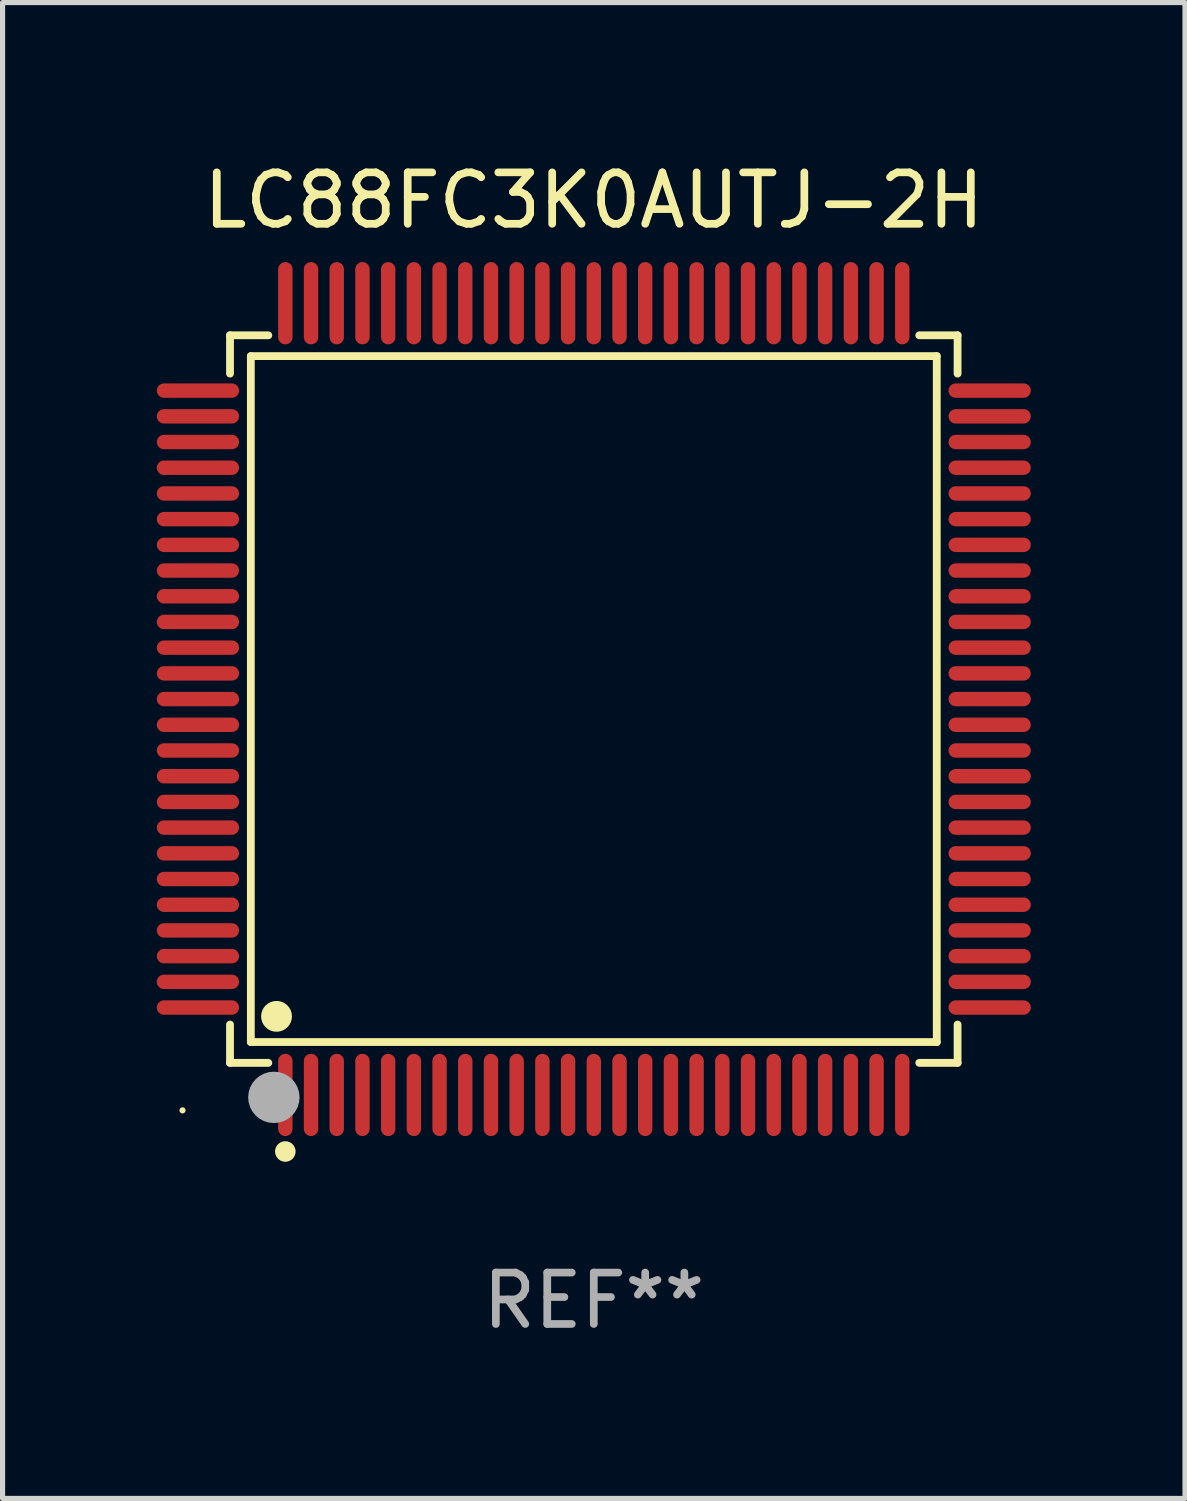
<source format=kicad_pcb>
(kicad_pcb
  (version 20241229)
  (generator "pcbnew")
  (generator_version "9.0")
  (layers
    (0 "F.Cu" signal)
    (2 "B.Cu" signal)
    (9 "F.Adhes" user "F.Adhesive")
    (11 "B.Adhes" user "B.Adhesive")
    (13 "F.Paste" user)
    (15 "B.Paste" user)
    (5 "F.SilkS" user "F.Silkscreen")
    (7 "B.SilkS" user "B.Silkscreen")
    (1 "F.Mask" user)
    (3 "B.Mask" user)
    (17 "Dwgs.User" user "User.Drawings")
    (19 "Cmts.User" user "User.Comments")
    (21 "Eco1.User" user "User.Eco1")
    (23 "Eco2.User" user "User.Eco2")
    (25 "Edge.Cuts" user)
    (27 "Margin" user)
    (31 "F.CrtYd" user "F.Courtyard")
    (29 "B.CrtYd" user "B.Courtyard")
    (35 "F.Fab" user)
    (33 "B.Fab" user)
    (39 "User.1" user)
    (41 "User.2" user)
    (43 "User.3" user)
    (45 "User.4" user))
  (footprint "LC88FC3K0AUTJ-2H"
    (layer "F.Cu")
    (at 8.5 10.548)
    (property "Reference" "LC88FC3K0AUTJ-2H" (at 0 -9.7 0) (layer "F.SilkS") (effects (font (size 1 1) (thickness 0.15))))
    (attr through_hole)
    (fp_line (start -7.076 -7.076) (end -6.331 -7.076) (stroke (width 0.152) (type solid)) (layer "F.SilkS"))
    (fp_line (start -7.076 -6.331) (end -7.076 -7.076) (stroke (width 0.152) (type solid)) (layer "F.SilkS"))
    (fp_line (start -7.076 6.331) (end -7.076 7.076) (stroke (width 0.152) (type solid)) (layer "F.SilkS"))
    (fp_line (start -7.076 7.076) (end -6.331 7.076) (stroke (width 0.152) (type solid)) (layer "F.SilkS"))
    (fp_line (start -6.671 -6.671) (end 6.671 -6.671) (stroke (width 0.152) (type solid)) (layer "F.SilkS"))
    (fp_line (start -6.671 6.671) (end -6.671 -6.671) (stroke (width 0.152) (type solid)) (layer "F.SilkS"))
    (fp_line (start 6.671 -6.671) (end 6.671 6.671) (stroke (width 0.152) (type solid)) (layer "F.SilkS"))
    (fp_line (start 6.671 6.671) (end -6.671 6.671) (stroke (width 0.152) (type solid)) (layer "F.SilkS"))
    (fp_line (start 7.076 -7.076) (end 6.331 -7.076) (stroke (width 0.152) (type solid)) (layer "F.SilkS"))
    (fp_line (start 7.076 -6.331) (end 7.076 -7.076) (stroke (width 0.152) (type solid)) (layer "F.SilkS"))
    (fp_line (start 7.076 6.331) (end 7.076 7.076) (stroke (width 0.152) (type solid)) (layer "F.SilkS"))
    (fp_line (start 7.076 7.076) (end 6.331 7.076) (stroke (width 0.152) (type solid)) (layer "F.SilkS"))
    (fp_circle (center -8 8) (end -7.97 8) (stroke (width 0.06) (type solid)) (fill no) (layer "F.SilkS"))
    (fp_circle (center -6.171 6.171) (end -6.021 6.171) (stroke (width 0.3) (type solid)) (fill no) (layer "F.SilkS"))
    (fp_circle (center -6 8.8) (end -5.9 8.8) (stroke (width 0.2) (type solid)) (fill no) (layer "F.SilkS"))
    (fp_circle (center -6.223 7.747) (end -5.973 7.747) (stroke (width 0.5) (type solid)) (fill no) (layer "F.Fab"))
    (fp_text user "REF**" (at 0 11.7 0) (layer "F.Fab") (effects (font (size 1 1) (thickness 0.15))))
    (pad "1" smd oval (at -6 7.7) (size 0.28 1.6) (layers "F.Cu" "F.Mask" "F.Paste"))
    (pad "2" smd oval (at -5.5 7.7) (size 0.28 1.6) (layers "F.Cu" "F.Mask" "F.Paste"))
    (pad "3" smd oval (at -5 7.7) (size 0.28 1.6) (layers "F.Cu" "F.Mask" "F.Paste"))
    (pad "4" smd oval (at -4.5 7.7) (size 0.28 1.6) (layers "F.Cu" "F.Mask" "F.Paste"))
    (pad "5" smd oval (at -4 7.7) (size 0.28 1.6) (layers "F.Cu" "F.Mask" "F.Paste"))
    (pad "6" smd oval (at -3.5 7.7) (size 0.28 1.6) (layers "F.Cu" "F.Mask" "F.Paste"))
    (pad "7" smd oval (at -3 7.7) (size 0.28 1.6) (layers "F.Cu" "F.Mask" "F.Paste"))
    (pad "8" smd oval (at -2.5 7.7) (size 0.28 1.6) (layers "F.Cu" "F.Mask" "F.Paste"))
    (pad "9" smd oval (at -2 7.7) (size 0.28 1.6) (layers "F.Cu" "F.Mask" "F.Paste"))
    (pad "10" smd oval (at -1.5 7.7) (size 0.28 1.6) (layers "F.Cu" "F.Mask" "F.Paste"))
    (pad "11" smd oval (at -1 7.7) (size 0.28 1.6) (layers "F.Cu" "F.Mask" "F.Paste"))
    (pad "12" smd oval (at -0.5 7.7) (size 0.28 1.6) (layers "F.Cu" "F.Mask" "F.Paste"))
    (pad "13" smd oval (at 0 7.7) (size 0.28 1.6) (layers "F.Cu" "F.Mask" "F.Paste"))
    (pad "14" smd oval (at 0.5 7.7) (size 0.28 1.6) (layers "F.Cu" "F.Mask" "F.Paste"))
    (pad "15" smd oval (at 1 7.7) (size 0.28 1.6) (layers "F.Cu" "F.Mask" "F.Paste"))
    (pad "16" smd oval (at 1.5 7.7) (size 0.28 1.6) (layers "F.Cu" "F.Mask" "F.Paste"))
    (pad "17" smd oval (at 2 7.7) (size 0.28 1.6) (layers "F.Cu" "F.Mask" "F.Paste"))
    (pad "18" smd oval (at 2.5 7.7) (size 0.28 1.6) (layers "F.Cu" "F.Mask" "F.Paste"))
    (pad "19" smd oval (at 3 7.7) (size 0.28 1.6) (layers "F.Cu" "F.Mask" "F.Paste"))
    (pad "20" smd oval (at 3.5 7.7) (size 0.28 1.6) (layers "F.Cu" "F.Mask" "F.Paste"))
    (pad "21" smd oval (at 4 7.7) (size 0.28 1.6) (layers "F.Cu" "F.Mask" "F.Paste"))
    (pad "22" smd oval (at 4.5 7.7) (size 0.28 1.6) (layers "F.Cu" "F.Mask" "F.Paste"))
    (pad "23" smd oval (at 5 7.7) (size 0.28 1.6) (layers "F.Cu" "F.Mask" "F.Paste"))
    (pad "24" smd oval (at 5.5 7.7) (size 0.28 1.6) (layers "F.Cu" "F.Mask" "F.Paste"))
    (pad "25" smd oval (at 6 7.7) (size 0.28 1.6) (layers "F.Cu" "F.Mask" "F.Paste"))
    (pad "26" smd oval (at 7.7 6) (size 1.6 0.28) (layers "F.Cu" "F.Mask" "F.Paste"))
    (pad "27" smd oval (at 7.7 5.5) (size 1.6 0.28) (layers "F.Cu" "F.Mask" "F.Paste"))
    (pad "28" smd oval (at 7.7 5) (size 1.6 0.28) (layers "F.Cu" "F.Mask" "F.Paste"))
    (pad "29" smd oval (at 7.7 4.5) (size 1.6 0.28) (layers "F.Cu" "F.Mask" "F.Paste"))
    (pad "30" smd oval (at 7.7 4) (size 1.6 0.28) (layers "F.Cu" "F.Mask" "F.Paste"))
    (pad "31" smd oval (at 7.7 3.5) (size 1.6 0.28) (layers "F.Cu" "F.Mask" "F.Paste"))
    (pad "32" smd oval (at 7.7 3) (size 1.6 0.28) (layers "F.Cu" "F.Mask" "F.Paste"))
    (pad "33" smd oval (at 7.7 2.5) (size 1.6 0.28) (layers "F.Cu" "F.Mask" "F.Paste"))
    (pad "34" smd oval (at 7.7 2) (size 1.6 0.28) (layers "F.Cu" "F.Mask" "F.Paste"))
    (pad "35" smd oval (at 7.7 1.5) (size 1.6 0.28) (layers "F.Cu" "F.Mask" "F.Paste"))
    (pad "36" smd oval (at 7.7 1) (size 1.6 0.28) (layers "F.Cu" "F.Mask" "F.Paste"))
    (pad "37" smd oval (at 7.7 0.5) (size 1.6 0.28) (layers "F.Cu" "F.Mask" "F.Paste"))
    (pad "38" smd oval (at 7.7 0) (size 1.6 0.28) (layers "F.Cu" "F.Mask" "F.Paste"))
    (pad "39" smd oval (at 7.7 -0.5) (size 1.6 0.28) (layers "F.Cu" "F.Mask" "F.Paste"))
    (pad "40" smd oval (at 7.7 -1) (size 1.6 0.28) (layers "F.Cu" "F.Mask" "F.Paste"))
    (pad "41" smd oval (at 7.7 -1.5) (size 1.6 0.28) (layers "F.Cu" "F.Mask" "F.Paste"))
    (pad "42" smd oval (at 7.7 -2) (size 1.6 0.28) (layers "F.Cu" "F.Mask" "F.Paste"))
    (pad "43" smd oval (at 7.7 -2.5) (size 1.6 0.28) (layers "F.Cu" "F.Mask" "F.Paste"))
    (pad "44" smd oval (at 7.7 -3) (size 1.6 0.28) (layers "F.Cu" "F.Mask" "F.Paste"))
    (pad "45" smd oval (at 7.7 -3.5) (size 1.6 0.28) (layers "F.Cu" "F.Mask" "F.Paste"))
    (pad "46" smd oval (at 7.7 -4) (size 1.6 0.28) (layers "F.Cu" "F.Mask" "F.Paste"))
    (pad "47" smd oval (at 7.7 -4.5) (size 1.6 0.28) (layers "F.Cu" "F.Mask" "F.Paste"))
    (pad "48" smd oval (at 7.7 -5) (size 1.6 0.28) (layers "F.Cu" "F.Mask" "F.Paste"))
    (pad "49" smd oval (at 7.7 -5.5) (size 1.6 0.28) (layers "F.Cu" "F.Mask" "F.Paste"))
    (pad "50" smd oval (at 7.7 -6) (size 1.6 0.28) (layers "F.Cu" "F.Mask" "F.Paste"))
    (pad "51" smd oval (at 6 -7.7) (size 0.28 1.6) (layers "F.Cu" "F.Mask" "F.Paste"))
    (pad "52" smd oval (at 5.5 -7.7) (size 0.28 1.6) (layers "F.Cu" "F.Mask" "F.Paste"))
    (pad "53" smd oval (at 5 -7.7) (size 0.28 1.6) (layers "F.Cu" "F.Mask" "F.Paste"))
    (pad "54" smd oval (at 4.5 -7.7) (size 0.28 1.6) (layers "F.Cu" "F.Mask" "F.Paste"))
    (pad "55" smd oval (at 4 -7.7) (size 0.28 1.6) (layers "F.Cu" "F.Mask" "F.Paste"))
    (pad "56" smd oval (at 3.5 -7.7) (size 0.28 1.6) (layers "F.Cu" "F.Mask" "F.Paste"))
    (pad "57" smd oval (at 3 -7.7) (size 0.28 1.6) (layers "F.Cu" "F.Mask" "F.Paste"))
    (pad "58" smd oval (at 2.5 -7.7) (size 0.28 1.6) (layers "F.Cu" "F.Mask" "F.Paste"))
    (pad "59" smd oval (at 2 -7.7) (size 0.28 1.6) (layers "F.Cu" "F.Mask" "F.Paste"))
    (pad "60" smd oval (at 1.5 -7.7) (size 0.28 1.6) (layers "F.Cu" "F.Mask" "F.Paste"))
    (pad "61" smd oval (at 1 -7.7) (size 0.28 1.6) (layers "F.Cu" "F.Mask" "F.Paste"))
    (pad "62" smd oval (at 0.5 -7.7) (size 0.28 1.6) (layers "F.Cu" "F.Mask" "F.Paste"))
    (pad "63" smd oval (at 0 -7.7) (size 0.28 1.6) (layers "F.Cu" "F.Mask" "F.Paste"))
    (pad "64" smd oval (at -0.5 -7.7) (size 0.28 1.6) (layers "F.Cu" "F.Mask" "F.Paste"))
    (pad "65" smd oval (at -1 -7.7) (size 0.28 1.6) (layers "F.Cu" "F.Mask" "F.Paste"))
    (pad "66" smd oval (at -1.5 -7.7) (size 0.28 1.6) (layers "F.Cu" "F.Mask" "F.Paste"))
    (pad "67" smd oval (at -2 -7.7) (size 0.28 1.6) (layers "F.Cu" "F.Mask" "F.Paste"))
    (pad "68" smd oval (at -2.5 -7.7) (size 0.28 1.6) (layers "F.Cu" "F.Mask" "F.Paste"))
    (pad "69" smd oval (at -3 -7.7) (size 0.28 1.6) (layers "F.Cu" "F.Mask" "F.Paste"))
    (pad "70" smd oval (at -3.5 -7.7) (size 0.28 1.6) (layers "F.Cu" "F.Mask" "F.Paste"))
    (pad "71" smd oval (at -4 -7.7) (size 0.28 1.6) (layers "F.Cu" "F.Mask" "F.Paste"))
    (pad "72" smd oval (at -4.5 -7.7) (size 0.28 1.6) (layers "F.Cu" "F.Mask" "F.Paste"))
    (pad "73" smd oval (at -5 -7.7) (size 0.28 1.6) (layers "F.Cu" "F.Mask" "F.Paste"))
    (pad "74" smd oval (at -5.5 -7.7) (size 0.28 1.6) (layers "F.Cu" "F.Mask" "F.Paste"))
    (pad "75" smd oval (at -6 -7.7) (size 0.28 1.6) (layers "F.Cu" "F.Mask" "F.Paste"))
    (pad "76" smd oval (at -7.7 -6) (size 1.6 0.28) (layers "F.Cu" "F.Mask" "F.Paste"))
    (pad "77" smd oval (at -7.7 -5.5) (size 1.6 0.28) (layers "F.Cu" "F.Mask" "F.Paste"))
    (pad "78" smd oval (at -7.7 -5) (size 1.6 0.28) (layers "F.Cu" "F.Mask" "F.Paste"))
    (pad "79" smd oval (at -7.7 -4.5) (size 1.6 0.28) (layers "F.Cu" "F.Mask" "F.Paste"))
    (pad "80" smd oval (at -7.7 -4) (size 1.6 0.28) (layers "F.Cu" "F.Mask" "F.Paste"))
    (pad "81" smd oval (at -7.7 -3.5) (size 1.6 0.28) (layers "F.Cu" "F.Mask" "F.Paste"))
    (pad "82" smd oval (at -7.7 -3) (size 1.6 0.28) (layers "F.Cu" "F.Mask" "F.Paste"))
    (pad "83" smd oval (at -7.7 -2.5) (size 1.6 0.28) (layers "F.Cu" "F.Mask" "F.Paste"))
    (pad "84" smd oval (at -7.7 -2) (size 1.6 0.28) (layers "F.Cu" "F.Mask" "F.Paste"))
    (pad "85" smd oval (at -7.7 -1.5) (size 1.6 0.28) (layers "F.Cu" "F.Mask" "F.Paste"))
    (pad "86" smd oval (at -7.7 -1) (size 1.6 0.28) (layers "F.Cu" "F.Mask" "F.Paste"))
    (pad "87" smd oval (at -7.7 -0.5) (size 1.6 0.28) (layers "F.Cu" "F.Mask" "F.Paste"))
    (pad "88" smd oval (at -7.7 0) (size 1.6 0.28) (layers "F.Cu" "F.Mask" "F.Paste"))
    (pad "89" smd oval (at -7.7 0.5) (size 1.6 0.28) (layers "F.Cu" "F.Mask" "F.Paste"))
    (pad "90" smd oval (at -7.7 1) (size 1.6 0.28) (layers "F.Cu" "F.Mask" "F.Paste"))
    (pad "91" smd oval (at -7.7 1.5) (size 1.6 0.28) (layers "F.Cu" "F.Mask" "F.Paste"))
    (pad "92" smd oval (at -7.7 2) (size 1.6 0.28) (layers "F.Cu" "F.Mask" "F.Paste"))
    (pad "93" smd oval (at -7.7 2.5) (size 1.6 0.28) (layers "F.Cu" "F.Mask" "F.Paste"))
    (pad "94" smd oval (at -7.7 3) (size 1.6 0.28) (layers "F.Cu" "F.Mask" "F.Paste"))
    (pad "95" smd oval (at -7.7 3.5) (size 1.6 0.28) (layers "F.Cu" "F.Mask" "F.Paste"))
    (pad "96" smd oval (at -7.7 4) (size 1.6 0.28) (layers "F.Cu" "F.Mask" "F.Paste"))
    (pad "97" smd oval (at -7.7 4.5) (size 1.6 0.28) (layers "F.Cu" "F.Mask" "F.Paste"))
    (pad "98" smd oval (at -7.7 5) (size 1.6 0.28) (layers "F.Cu" "F.Mask" "F.Paste"))
    (pad "99" smd oval (at -7.7 5.5) (size 1.6 0.28) (layers "F.Cu" "F.Mask" "F.Paste"))
    (pad "100" smd oval (at -7.7 6) (size 1.6 0.28) (layers "F.Cu" "F.Mask" "F.Paste")))
  (gr_rect
    (start -3 -3)
    (end 20 26.097)
    (stroke (width 0.1) (type default))
    (fill no)
    (layer "Edge.Cuts")))
</source>
